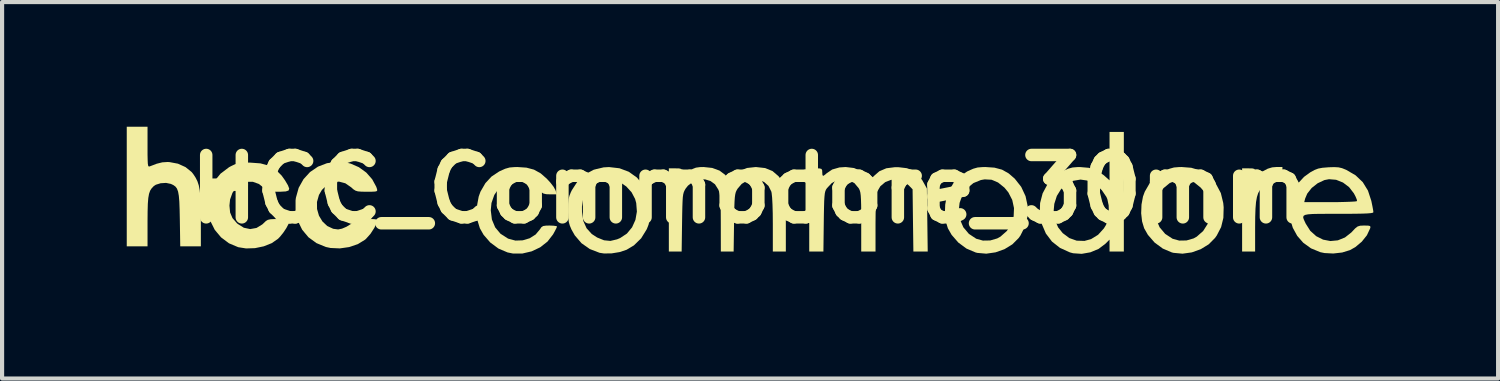
<source format=kicad_pcb>
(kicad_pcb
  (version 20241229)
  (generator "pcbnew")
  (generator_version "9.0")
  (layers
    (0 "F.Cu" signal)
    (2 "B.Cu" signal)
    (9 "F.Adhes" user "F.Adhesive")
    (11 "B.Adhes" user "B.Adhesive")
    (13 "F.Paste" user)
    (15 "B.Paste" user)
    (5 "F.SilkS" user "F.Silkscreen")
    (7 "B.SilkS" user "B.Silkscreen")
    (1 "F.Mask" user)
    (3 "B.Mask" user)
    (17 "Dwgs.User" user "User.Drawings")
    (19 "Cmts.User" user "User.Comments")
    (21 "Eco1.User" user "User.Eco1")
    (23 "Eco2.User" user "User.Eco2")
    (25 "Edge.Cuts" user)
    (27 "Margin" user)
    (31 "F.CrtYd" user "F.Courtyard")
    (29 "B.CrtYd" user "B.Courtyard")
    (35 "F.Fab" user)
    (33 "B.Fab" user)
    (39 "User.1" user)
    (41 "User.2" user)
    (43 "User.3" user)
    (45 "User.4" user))
  (footprint "HCC_Commodore_30mm"
    (layer "F.Cu")
    (at 14.983 1.501)
    (property "Reference" "HCC_Commodore_30mm" (at 0 0 0) (layer "F.SilkS") (effects (font (size 1.5 1.5) (thickness 0.3))))
    (attr board_only exclude_from_pos_files exclude_from_bom)
    (fp_poly (pts (xy -7.739 -1.438) (xy -7.589 -1.376) (xy -7.574 -1.367) (xy -7.41 -1.226) (xy -7.295 -1.058) (xy -7.229 -0.873) (xy -7.21 -0.681) (xy -7.24 -0.491) (xy -7.316 -0.314) (xy -7.44 -0.158) (xy -7.61 -0.034) (xy -7.631 -0.023) (xy -7.822 0.044) (xy -8.026 0.064) (xy -8.221 0.035) (xy -8.306 0.004) (xy -8.48 -0.105) (xy -8.611 -0.249) (xy -8.62 -0.266) (xy -8.039 -0.266) (xy -8.024 -0.205) (xy -7.977 -0.188) (xy -7.928 -0.206) (xy -7.914 -0.266) (xy -7.929 -0.327) (xy -7.977 -0.344) (xy -8.026 -0.326) (xy -8.039 -0.266) (xy -8.62 -0.266) (xy -8.699 -0.418) (xy -8.744 -0.601) (xy -8.747 -0.789) (xy -8.738 -0.829) (xy -8.039 -0.829) (xy -8.038 -0.674) (xy -8.035 -0.572) (xy -8.028 -0.511) (xy -8.014 -0.48) (xy -7.992 -0.47) (xy -7.977 -0.469) (xy -7.95 -0.473) (xy -7.932 -0.492) (xy -7.921 -0.535) (xy -7.916 -0.615) (xy -7.914 -0.741) (xy -7.914 -0.829) (xy -7.915 -0.984) (xy -7.918 -1.086) (xy -7.926 -1.147) (xy -7.939 -1.178) (xy -7.961 -1.188) (xy -7.977 -1.189) (xy -8.003 -1.185) (xy -8.021 -1.166) (xy -8.032 -1.123) (xy -8.037 -1.043) (xy -8.039 -0.917) (xy -8.039 -0.829) (xy -8.738 -0.829) (xy -8.707 -0.973) (xy -8.625 -1.142) (xy -8.501 -1.287) (xy -8.335 -1.398) (xy -8.274 -1.425) (xy -8.105 -1.465) (xy -7.919 -1.468)) (stroke (width 0) (type solid)) (fill yes) (layer "F.Mask"))
    (fp_poly (pts (xy 12.825 -0.375) (xy 12.822 -0.282) (xy 12.808 -0.235) (xy 12.778 -0.22) (xy 12.758 -0.219) (xy 12.612 -0.195) (xy 12.462 -0.133) (xy 12.34 -0.045) (xy 12.339 -0.044) (xy 12.285 0.02) (xy 12.242 0.095) (xy 12.212 0.189) (xy 12.19 0.31) (xy 12.177 0.469) (xy 12.17 0.673) (xy 12.168 0.921) (xy 12.168 1.501) (xy 12.012 1.501) (xy 11.855 1.501) (xy 11.855 0.5) (xy 11.855 -0.5) (xy 12.012 -0.5) (xy 12.104 -0.498) (xy 12.151 -0.486) (xy 12.166 -0.453) (xy 12.168 -0.409) (xy 12.168 -0.317) (xy 12.346 -0.425) (xy 12.472 -0.492) (xy 12.579 -0.524) (xy 12.675 -0.532) (xy 12.825 -0.532)) (stroke (width 0) (type solid)) (fill yes) (layer "F.SilkS"))
    (fp_poly (pts (xy -14.483 -1.013) (xy -14.483 -0.829) (xy -14.48 -0.698) (xy -14.476 -0.613) (xy -14.468 -0.565) (xy -14.455 -0.545) (xy -14.436 -0.545) (xy -14.428 -0.548) (xy -14.263 -0.611) (xy -14.127 -0.645) (xy -13.998 -0.653) (xy -13.951 -0.65) (xy -13.75 -0.612) (xy -13.569 -0.53) (xy -13.425 -0.414) (xy -13.385 -0.366) (xy -13.328 -0.279) (xy -13.283 -0.19) (xy -13.25 -0.09) (xy -13.227 0.031) (xy -13.212 0.183) (xy -13.204 0.374) (xy -13.201 0.615) (xy -13.2 0.725) (xy -13.2 1.376) (xy -13.448 1.376) (xy -13.696 1.376) (xy -13.706 0.727) (xy -13.711 0.487) (xy -13.718 0.3) (xy -13.73 0.161) (xy -13.748 0.059) (xy -13.775 -0.013) (xy -13.812 -0.062) (xy -13.862 -0.098) (xy -13.922 -0.126) (xy -14.037 -0.15) (xy -14.167 -0.142) (xy -14.283 -0.106) (xy -14.333 -0.073) (xy -14.382 -0.022) (xy -14.42 0.036) (xy -14.447 0.113) (xy -14.465 0.215) (xy -14.476 0.353) (xy -14.481 0.534) (xy -14.483 0.769) (xy -14.483 0.781) (xy -14.483 1.376) (xy -14.733 1.376) (xy -14.983 1.376) (xy -14.983 -0.063) (xy -14.983 -1.501) (xy -14.733 -1.501) (xy -14.483 -1.501)) (stroke (width 0) (type solid)) (fill yes) (layer "F.SilkS"))
    (fp_poly (pts (xy 5.896 -0.517) (xy 6.077 -0.469) (xy 6.237 -0.379) (xy 6.384 -0.252) (xy 6.54 -0.054) (xy 6.644 0.169) (xy 6.695 0.407) (xy 6.692 0.651) (xy 6.634 0.891) (xy 6.521 1.116) (xy 6.478 1.177) (xy 6.327 1.328) (xy 6.137 1.445) (xy 5.922 1.521) (xy 5.699 1.553) (xy 5.483 1.534) (xy 5.441 1.523) (xy 5.222 1.43) (xy 5.026 1.285) (xy 4.865 1.1) (xy 4.775 0.942) (xy 4.724 0.777) (xy 4.703 0.579) (xy 4.706 0.509) (xy 5.037 0.509) (xy 5.065 0.727) (xy 5.147 0.918) (xy 5.28 1.076) (xy 5.458 1.194) (xy 5.618 1.238) (xy 5.794 1.235) (xy 5.963 1.186) (xy 6.04 1.143) (xy 6.194 1.007) (xy 6.3 0.84) (xy 6.358 0.653) (xy 6.366 0.456) (xy 6.324 0.261) (xy 6.23 0.078) (xy 6.136 -0.036) (xy 5.982 -0.16) (xy 5.827 -0.226) (xy 5.66 -0.235) (xy 5.569 -0.219) (xy 5.39 -0.146) (xy 5.24 -0.023) (xy 5.127 0.138) (xy 5.057 0.33) (xy 5.037 0.509) (xy 4.706 0.509) (xy 4.711 0.372) (xy 4.747 0.178) (xy 4.789 0.061) (xy 4.908 -0.144) (xy 5.054 -0.302) (xy 5.239 -0.425) (xy 5.262 -0.436) (xy 5.385 -0.491) (xy 5.492 -0.521) (xy 5.617 -0.531) (xy 5.677 -0.532)) (stroke (width 0) (type solid)) (fill yes) (layer "F.SilkS"))
    (fp_poly (pts (xy 10.632 -0.514) (xy 10.826 -0.456) (xy 10.999 -0.353) (xy 11.072 -0.293) (xy 11.234 -0.111) (xy 11.343 0.095) (xy 11.401 0.333) (xy 11.411 0.438) (xy 11.404 0.692) (xy 11.35 0.913) (xy 11.245 1.116) (xy 11.202 1.176) (xy 11.051 1.328) (xy 10.86 1.445) (xy 10.645 1.522) (xy 10.421 1.553) (xy 10.205 1.533) (xy 10.165 1.523) (xy 9.946 1.43) (xy 9.749 1.285) (xy 9.588 1.1) (xy 9.498 0.942) (xy 9.448 0.777) (xy 9.426 0.579) (xy 9.429 0.509) (xy 9.76 0.509) (xy 9.788 0.727) (xy 9.87 0.918) (xy 10.003 1.076) (xy 10.182 1.194) (xy 10.342 1.238) (xy 10.517 1.235) (xy 10.687 1.186) (xy 10.764 1.143) (xy 10.918 1.007) (xy 11.024 0.84) (xy 11.081 0.653) (xy 11.089 0.456) (xy 11.047 0.261) (xy 10.954 0.078) (xy 10.859 -0.036) (xy 10.706 -0.16) (xy 10.55 -0.226) (xy 10.383 -0.235) (xy 10.292 -0.219) (xy 10.113 -0.146) (xy 9.963 -0.023) (xy 9.85 0.138) (xy 9.78 0.33) (xy 9.76 0.509) (xy 9.429 0.509) (xy 9.434 0.372) (xy 9.47 0.178) (xy 9.513 0.061) (xy 9.632 -0.144) (xy 9.778 -0.302) (xy 9.963 -0.425) (xy 9.986 -0.436) (xy 10.108 -0.491) (xy 10.216 -0.521) (xy 10.34 -0.531) (xy 10.4 -0.532)) (stroke (width 0) (type solid)) (fill yes) (layer "F.SilkS"))
    (fp_poly (pts (xy 9.009 0.063) (xy 9.009 1.501) (xy 8.837 1.501) (xy 8.665 1.501) (xy 8.665 1.358) (xy 8.665 1.215) (xy 8.567 1.313) (xy 8.402 1.438) (xy 8.205 1.52) (xy 7.995 1.557) (xy 7.789 1.543) (xy 7.711 1.522) (xy 7.473 1.414) (xy 7.28 1.262) (xy 7.133 1.068) (xy 7.034 0.837) (xy 6.986 0.583) (xy 6.988 0.516) (xy 7.321 0.516) (xy 7.347 0.733) (xy 7.428 0.92) (xy 7.538 1.058) (xy 7.697 1.177) (xy 7.874 1.24) (xy 8.061 1.246) (xy 8.22 1.203) (xy 8.389 1.099) (xy 8.529 0.945) (xy 8.581 0.86) (xy 8.627 0.726) (xy 8.649 0.561) (xy 8.644 0.392) (xy 8.613 0.243) (xy 8.59 0.188) (xy 8.479 0.025) (xy 8.34 -0.107) (xy 8.187 -0.192) (xy 8.155 -0.203) (xy 7.967 -0.23) (xy 7.79 -0.2) (xy 7.631 -0.121) (xy 7.497 0.002) (xy 7.397 0.163) (xy 7.336 0.354) (xy 7.321 0.516) (xy 6.988 0.516) (xy 6.994 0.335) (xy 7.055 0.102) (xy 7.167 -0.108) (xy 7.325 -0.287) (xy 7.526 -0.426) (xy 7.546 -0.436) (xy 7.669 -0.492) (xy 7.776 -0.521) (xy 7.9 -0.531) (xy 7.958 -0.531) (xy 8.168 -0.513) (xy 8.346 -0.454) (xy 8.51 -0.347) (xy 8.55 -0.314) (xy 8.665 -0.212) (xy 8.665 -0.794) (xy 8.665 -1.376) (xy 8.837 -1.376) (xy 9.009 -1.376)) (stroke (width 0) (type solid)) (fill yes) (layer "F.SilkS"))
    (fp_poly (pts (xy -5.365 -0.517) (xy -5.184 -0.469) (xy -5.024 -0.38) (xy -4.878 -0.253) (xy -4.788 -0.155) (xy -4.714 -0.059) (xy -4.671 0.017) (xy -4.668 0.023) (xy -4.633 0.125) (xy -4.799 0.125) (xy -4.89 0.122) (xy -4.956 0.106) (xy -5.017 0.067) (xy -5.095 -0.005) (xy -5.118 -0.028) (xy -5.27 -0.154) (xy -5.421 -0.223) (xy -5.581 -0.237) (xy -5.694 -0.219) (xy -5.877 -0.144) (xy -6.027 -0.022) (xy -6.139 0.14) (xy -6.207 0.334) (xy -6.224 0.508) (xy -6.197 0.731) (xy -6.118 0.92) (xy -5.99 1.073) (xy -5.813 1.187) (xy -5.797 1.194) (xy -5.63 1.238) (xy -5.455 1.232) (xy -5.288 1.182) (xy -5.145 1.092) (xy -5.041 0.968) (xy -5.006 0.916) (xy -4.964 0.888) (xy -4.894 0.878) (xy -4.809 0.876) (xy -4.713 0.88) (xy -4.648 0.889) (xy -4.63 0.899) (xy -4.644 0.937) (xy -4.682 1.011) (xy -4.725 1.089) (xy -4.859 1.262) (xy -5.035 1.4) (xy -5.24 1.497) (xy -5.462 1.549) (xy -5.687 1.55) (xy -5.82 1.523) (xy -6.039 1.43) (xy -6.235 1.285) (xy -6.396 1.1) (xy -6.486 0.942) (xy -6.537 0.777) (xy -6.558 0.579) (xy -6.55 0.372) (xy -6.514 0.178) (xy -6.472 0.061) (xy -6.353 -0.144) (xy -6.207 -0.302) (xy -6.022 -0.425) (xy -5.999 -0.436) (xy -5.876 -0.491) (xy -5.769 -0.521) (xy -5.644 -0.531) (xy -5.584 -0.532)) (stroke (width 0) (type solid)) (fill yes) (layer "F.SilkS"))
    (fp_poly (pts (xy -9.682 -0.635) (xy -9.595 -0.614) (xy -9.398 -0.528) (xy -9.22 -0.399) (xy -9.077 -0.237) (xy -8.979 -0.056) (xy -8.963 -0.008) (xy -8.955 0.026) (xy -8.966 0.047) (xy -9.005 0.058) (xy -9.085 0.062) (xy -9.206 0.063) (xy -9.336 0.061) (xy -9.421 0.054) (xy -9.48 0.036) (xy -9.531 0.003) (xy -9.583 -0.044) (xy -9.724 -0.141) (xy -9.876 -0.181) (xy -10.026 -0.166) (xy -10.167 -0.098) (xy -10.287 0.019) (xy -10.358 0.139) (xy -10.406 0.309) (xy -10.404 0.479) (xy -10.358 0.639) (xy -10.274 0.778) (xy -10.159 0.887) (xy -10.016 0.954) (xy -9.897 0.97) (xy -9.804 0.951) (xy -9.696 0.905) (xy -9.597 0.844) (xy -9.533 0.782) (xy -9.533 0.781) (xy -9.507 0.751) (xy -9.465 0.733) (xy -9.393 0.723) (xy -9.279 0.72) (xy -9.218 0.719) (xy -9.087 0.72) (xy -9.007 0.724) (xy -8.967 0.735) (xy -8.956 0.755) (xy -8.962 0.787) (xy -8.963 0.79) (xy -9.024 0.93) (xy -9.118 1.075) (xy -9.226 1.196) (xy -9.25 1.217) (xy -9.422 1.323) (xy -9.63 1.394) (xy -9.856 1.426) (xy -10.079 1.416) (xy -10.192 1.392) (xy -10.42 1.298) (xy -10.612 1.157) (xy -10.762 0.977) (xy -10.866 0.765) (xy -10.921 0.527) (xy -10.921 0.271) (xy -10.913 0.208) (xy -10.846 -0.032) (xy -10.73 -0.239) (xy -10.573 -0.411) (xy -10.382 -0.541) (xy -10.165 -0.624) (xy -9.929 -0.658)) (stroke (width 0) (type solid)) (fill yes) (layer "F.SilkS"))
    (fp_poly (pts (xy -11.767 -0.62) (xy -11.567 -0.567) (xy -11.401 -0.471) (xy -11.259 -0.329) (xy -11.175 -0.212) (xy -11.104 -0.092) (xy -11.074 -0.013) (xy -11.089 0.033) (xy -11.156 0.055) (xy -11.278 0.062) (xy -11.334 0.063) (xy -11.464 0.061) (xy -11.549 0.053) (xy -11.604 0.036) (xy -11.647 0.005) (xy -11.67 -0.019) (xy -11.805 -0.125) (xy -11.948 -0.176) (xy -12.092 -0.176) (xy -12.228 -0.129) (xy -12.347 -0.04) (xy -12.439 0.088) (xy -12.497 0.249) (xy -12.512 0.397) (xy -12.496 0.563) (xy -12.439 0.697) (xy -12.332 0.82) (xy -12.311 0.838) (xy -12.166 0.929) (xy -12.013 0.961) (xy -11.861 0.934) (xy -11.72 0.848) (xy -11.683 0.813) (xy -11.635 0.767) (xy -11.588 0.739) (xy -11.526 0.725) (xy -11.43 0.72) (xy -11.333 0.719) (xy -11.205 0.721) (xy -11.127 0.727) (xy -11.088 0.741) (xy -11.074 0.764) (xy -11.073 0.776) (xy -11.093 0.843) (xy -11.143 0.938) (xy -11.214 1.044) (xy -11.293 1.143) (xy -11.343 1.195) (xy -11.495 1.3) (xy -11.686 1.376) (xy -11.897 1.42) (xy -12.111 1.427) (xy -12.301 1.397) (xy -12.524 1.303) (xy -12.713 1.161) (xy -12.865 0.98) (xy -12.972 0.766) (xy -13.031 0.529) (xy -13.036 0.297) (xy -12.986 0.044) (xy -12.882 -0.181) (xy -12.726 -0.373) (xy -12.522 -0.527) (xy -12.472 -0.554) (xy -12.386 -0.595) (xy -12.308 -0.621) (xy -12.218 -0.634) (xy -12.095 -0.638) (xy -12.012 -0.638)) (stroke (width 0) (type solid)) (fill yes) (layer "F.SilkS"))
    (fp_poly (pts (xy -3.127 -0.502) (xy -2.903 -0.418) (xy -2.709 -0.28) (xy -2.55 -0.091) (xy -2.485 0.022) (xy -2.441 0.116) (xy -2.413 0.198) (xy -2.399 0.289) (xy -2.394 0.409) (xy -2.393 0.5) (xy -2.396 0.653) (xy -2.406 0.763) (xy -2.427 0.854) (xy -2.463 0.946) (xy -2.475 0.972) (xy -2.606 1.184) (xy -2.779 1.353) (xy -2.956 1.459) (xy -3.126 1.515) (xy -3.316 1.546) (xy -3.5 1.548) (xy -3.606 1.532) (xy -3.84 1.442) (xy -4.041 1.301) (xy -4.202 1.113) (xy -4.282 0.972) (xy -4.322 0.877) (xy -4.347 0.789) (xy -4.359 0.686) (xy -4.363 0.547) (xy -4.363 0.5) (xy -4.362 0.423) (xy -4.03 0.423) (xy -4.029 0.55) (xy -3.997 0.767) (xy -3.919 0.941) (xy -3.793 1.08) (xy -3.664 1.164) (xy -3.498 1.231) (xy -3.345 1.246) (xy -3.185 1.208) (xy -3.109 1.176) (xy -2.948 1.069) (xy -2.824 0.919) (xy -2.743 0.74) (xy -2.708 0.541) (xy -2.724 0.335) (xy -2.751 0.237) (xy -2.835 0.077) (xy -2.963 -0.064) (xy -3.117 -0.169) (xy -3.211 -0.206) (xy -3.317 -0.233) (xy -3.398 -0.238) (xy -3.487 -0.222) (xy -3.547 -0.206) (xy -3.697 -0.142) (xy -3.819 -0.041) (xy -3.827 -0.032) (xy -3.939 0.113) (xy -4.004 0.257) (xy -4.03 0.423) (xy -4.362 0.423) (xy -4.361 0.353) (xy -4.352 0.247) (xy -4.332 0.162) (xy -4.298 0.076) (xy -4.271 0.022) (xy -4.132 -0.191) (xy -3.956 -0.355) (xy -3.746 -0.467) (xy -3.508 -0.524) (xy -3.378 -0.531)) (stroke (width 0) (type solid)) (fill yes) (layer "F.SilkS"))
    (fp_poly (pts (xy 2.517 -0.508) (xy 2.688 -0.434) (xy 2.827 -0.318) (xy 2.917 -0.223) (xy 2.992 -0.313) (xy 3.126 -0.43) (xy 3.294 -0.502) (xy 3.5 -0.528) (xy 3.593 -0.527) (xy 3.788 -0.504) (xy 3.939 -0.448) (xy 4.06 -0.352) (xy 4.163 -0.208) (xy 4.176 -0.184) (xy 4.27 -0.016) (xy 4.28 0.743) (xy 4.29 1.501) (xy 4.117 1.501) (xy 3.945 1.501) (xy 3.935 0.753) (xy 3.926 0.004) (xy 3.833 -0.092) (xy 3.703 -0.188) (xy 3.557 -0.231) (xy 3.408 -0.223) (xy 3.268 -0.169) (xy 3.15 -0.069) (xy 3.068 0.072) (xy 3.068 0.072) (xy 3.056 0.134) (xy 3.047 0.25) (xy 3.04 0.412) (xy 3.036 0.611) (xy 3.034 0.831) (xy 3.034 1.501) (xy 2.862 1.501) (xy 2.69 1.501) (xy 2.69 0.79) (xy 2.69 0.558) (xy 2.688 0.38) (xy 2.684 0.248) (xy 2.678 0.152) (xy 2.669 0.083) (xy 2.656 0.034) (xy 2.639 -0.005) (xy 2.629 -0.022) (xy 2.527 -0.144) (xy 2.398 -0.212) (xy 2.248 -0.231) (xy 2.103 -0.211) (xy 1.981 -0.145) (xy 1.868 -0.026) (xy 1.863 -0.019) (xy 1.842 0.012) (xy 1.826 0.05) (xy 1.814 0.102) (xy 1.806 0.177) (xy 1.799 0.284) (xy 1.795 0.43) (xy 1.791 0.625) (xy 1.789 0.784) (xy 1.78 1.501) (xy 1.609 1.501) (xy 1.439 1.501) (xy 1.439 0.5) (xy 1.439 -0.5) (xy 1.595 -0.5) (xy 1.688 -0.498) (xy 1.734 -0.486) (xy 1.75 -0.453) (xy 1.752 -0.407) (xy 1.757 -0.336) (xy 1.778 -0.319) (xy 1.826 -0.353) (xy 1.855 -0.379) (xy 1.991 -0.472) (xy 2.165 -0.522) (xy 2.315 -0.532)) (stroke (width 0) (type solid)) (fill yes) (layer "F.SilkS"))
    (fp_poly (pts (xy -0.895 -0.51) (xy -0.72 -0.446) (xy -0.586 -0.346) (xy -0.555 -0.309) (xy -0.488 -0.218) (xy -0.377 -0.327) (xy -0.227 -0.442) (xy -0.058 -0.509) (xy 0.144 -0.531) (xy 0.163 -0.531) (xy 0.378 -0.507) (xy 0.555 -0.435) (xy 0.698 -0.313) (xy 0.709 -0.299) (xy 0.759 -0.234) (xy 0.798 -0.167) (xy 0.827 -0.091) (xy 0.848 0.005) (xy 0.862 0.128) (xy 0.87 0.286) (xy 0.875 0.489) (xy 0.876 0.745) (xy 0.876 0.778) (xy 0.876 1.501) (xy 0.719 1.501) (xy 0.563 1.501) (xy 0.563 0.84) (xy 0.561 0.584) (xy 0.555 0.37) (xy 0.546 0.204) (xy 0.534 0.092) (xy 0.526 0.057) (xy 0.458 -0.078) (xy 0.353 -0.172) (xy 0.224 -0.225) (xy 0.082 -0.236) (xy -0.058 -0.203) (xy -0.186 -0.126) (xy -0.284 -0.012) (xy -0.309 0.03) (xy -0.328 0.072) (xy -0.341 0.124) (xy -0.351 0.194) (xy -0.358 0.292) (xy -0.363 0.426) (xy -0.367 0.606) (xy -0.37 0.805) (xy -0.38 1.501) (xy -0.534 1.501) (xy -0.688 1.501) (xy -0.689 0.821) (xy -0.69 0.592) (xy -0.692 0.416) (xy -0.696 0.284) (xy -0.704 0.187) (xy -0.715 0.114) (xy -0.73 0.058) (xy -0.749 0.01) (xy -0.829 -0.117) (xy -0.938 -0.196) (xy -1.068 -0.235) (xy -1.212 -0.232) (xy -1.355 -0.179) (xy -1.479 -0.084) (xy -1.536 -0.012) (xy -1.56 0.03) (xy -1.579 0.072) (xy -1.593 0.124) (xy -1.603 0.194) (xy -1.609 0.292) (xy -1.614 0.426) (xy -1.618 0.606) (xy -1.621 0.805) (xy -1.631 1.501) (xy -1.785 1.501) (xy -1.939 1.501) (xy -1.939 0.5) (xy -1.939 -0.5) (xy -1.783 -0.5) (xy -1.69 -0.498) (xy -1.644 -0.486) (xy -1.628 -0.453) (xy -1.627 -0.409) (xy -1.627 -0.317) (xy -1.467 -0.424) (xy -1.369 -0.485) (xy -1.287 -0.517) (xy -1.191 -0.53) (xy -1.102 -0.532)) (stroke (width 0) (type solid)) (fill yes) (layer "F.SilkS"))
    (fp_poly (pts (xy 14.176 -0.524) (xy 14.261 -0.504) (xy 14.355 -0.466) (xy 14.364 -0.462) (xy 14.586 -0.332) (xy 14.758 -0.168) (xy 14.883 0.035) (xy 14.964 0.282) (xy 14.968 0.301) (xy 14.991 0.414) (xy 15.008 0.505) (xy 15.014 0.555) (xy 15.014 0.555) (xy 15.001 0.567) (xy 14.956 0.577) (xy 14.875 0.584) (xy 14.752 0.589) (xy 14.581 0.592) (xy 14.357 0.594) (xy 14.17 0.594) (xy 13.909 0.594) (xy 13.705 0.595) (xy 13.552 0.598) (xy 13.443 0.606) (xy 13.372 0.62) (xy 13.335 0.642) (xy 13.324 0.674) (xy 13.334 0.717) (xy 13.359 0.774) (xy 13.385 0.829) (xy 13.495 1.003) (xy 13.638 1.132) (xy 13.803 1.215) (xy 13.979 1.249) (xy 14.159 1.232) (xy 14.33 1.163) (xy 14.485 1.041) (xy 14.498 1.027) (xy 14.575 0.945) (xy 14.634 0.899) (xy 14.695 0.88) (xy 14.782 0.876) (xy 14.795 0.876) (xy 14.889 0.878) (xy 14.934 0.888) (xy 14.943 0.914) (xy 14.935 0.946) (xy 14.858 1.11) (xy 14.734 1.265) (xy 14.579 1.395) (xy 14.451 1.467) (xy 14.262 1.525) (xy 14.048 1.549) (xy 13.837 1.538) (xy 13.737 1.517) (xy 13.513 1.425) (xy 13.327 1.291) (xy 13.181 1.124) (xy 13.075 0.931) (xy 13.011 0.721) (xy 12.989 0.503) (xy 13.008 0.313) (xy 13.35 0.313) (xy 13.977 0.313) (xy 14.169 0.312) (xy 14.338 0.308) (xy 14.476 0.303) (xy 14.573 0.297) (xy 14.618 0.289) (xy 14.62 0.287) (xy 14.614 0.249) (xy 14.583 0.175) (xy 14.544 0.101) (xy 14.428 -0.049) (xy 14.282 -0.159) (xy 14.117 -0.225) (xy 13.946 -0.239) (xy 13.836 -0.218) (xy 13.672 -0.141) (xy 13.529 -0.028) (xy 13.422 0.108) (xy 13.371 0.229) (xy 13.35 0.313) (xy 13.008 0.313) (xy 13.011 0.283) (xy 13.077 0.071) (xy 13.188 -0.125) (xy 13.346 -0.296) (xy 13.496 -0.405) (xy 13.598 -0.461) (xy 13.687 -0.495) (xy 13.789 -0.514) (xy 13.927 -0.525) (xy 13.936 -0.526) (xy 14.075 -0.53)) (stroke (width 0) (type solid)) (fill yes) (layer "F.SilkS")))
  (gr_rect
    (start -3 -3)
    (end 32.998 6.058)
    (stroke (width 0.1) (type default))
    (fill no)
    (layer "Edge.Cuts")))
</source>
